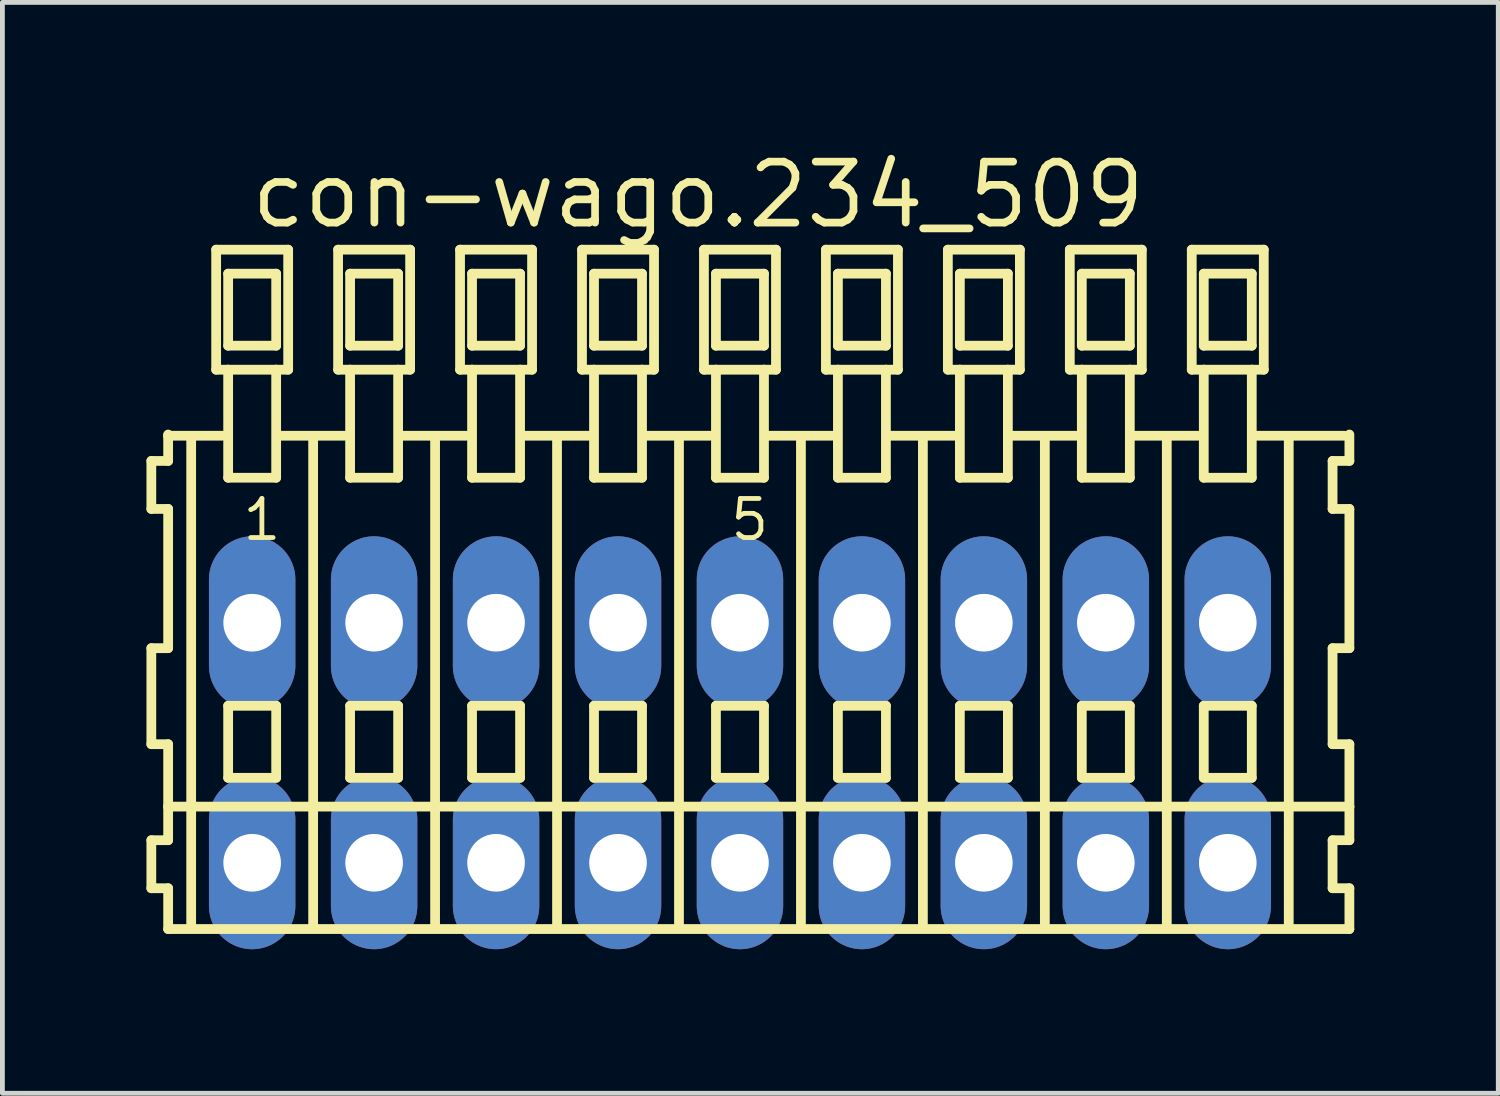
<source format=kicad_pcb>
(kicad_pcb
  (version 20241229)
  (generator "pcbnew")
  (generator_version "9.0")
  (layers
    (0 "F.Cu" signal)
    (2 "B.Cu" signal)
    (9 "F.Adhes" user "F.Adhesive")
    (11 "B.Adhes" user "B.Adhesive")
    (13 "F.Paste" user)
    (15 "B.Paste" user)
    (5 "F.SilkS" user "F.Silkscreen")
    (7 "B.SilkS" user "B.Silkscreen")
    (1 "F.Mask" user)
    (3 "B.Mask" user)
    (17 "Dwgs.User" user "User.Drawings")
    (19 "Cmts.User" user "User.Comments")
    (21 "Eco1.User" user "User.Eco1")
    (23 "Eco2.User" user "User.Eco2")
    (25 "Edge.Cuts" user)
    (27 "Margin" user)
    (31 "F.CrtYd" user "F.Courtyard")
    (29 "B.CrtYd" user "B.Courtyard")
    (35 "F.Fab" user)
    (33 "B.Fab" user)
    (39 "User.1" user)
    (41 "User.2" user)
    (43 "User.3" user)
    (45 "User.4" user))
  (footprint "con-wago.234_509"
    (layer "F.Cu")
    (at 12.362 12.42)
    (property "Reference" "con-wago.234_509" (at -10.26 -10.67 0) (layer "F.SilkS") (effects (font (size 1.27 1.27) (thickness 0.16)) (justify left bottom)))
    (attr through_hole)
    (fp_line (start -12.26 -5.87) (end -12.26 -4.87) (stroke (width 0.203) (type default)) (layer "F.SilkS"))
    (fp_line (start -12.26 -4.87) (end -11.91 -4.87) (stroke (width 0.203) (type default)) (layer "F.SilkS"))
    (fp_line (start -12.26 -1.97) (end -12.26 0.03) (stroke (width 0.203) (type default)) (layer "F.SilkS"))
    (fp_line (start -12.26 0.03) (end -11.91 0.03) (stroke (width 0.203) (type default)) (layer "F.SilkS"))
    (fp_line (start -12.26 2.03) (end -12.26 3.03) (stroke (width 0.203) (type default)) (layer "F.SilkS"))
    (fp_line (start -12.26 3.03) (end -11.91 3.03) (stroke (width 0.203) (type default)) (layer "F.SilkS"))
    (fp_line (start -11.91 -6.42) (end -11.91 -6.395) (stroke (width 0.203) (type default)) (layer "F.SilkS"))
    (fp_line (start -11.91 -6.395) (end -11.91 -5.87) (stroke (width 0.203) (type default)) (layer "F.SilkS"))
    (fp_line (start -11.91 -6.395) (end -10.785 -6.395) (stroke (width 0.203) (type default)) (layer "F.SilkS"))
    (fp_line (start -11.91 -5.87) (end -12.26 -5.87) (stroke (width 0.203) (type default)) (layer "F.SilkS"))
    (fp_line (start -11.91 -4.87) (end -11.91 -1.97) (stroke (width 0.203) (type default)) (layer "F.SilkS"))
    (fp_line (start -11.91 -1.97) (end -12.26 -1.97) (stroke (width 0.203) (type default)) (layer "F.SilkS"))
    (fp_line (start -11.91 0.03) (end -11.91 1.33) (stroke (width 0.203) (type default)) (layer "F.SilkS"))
    (fp_line (start -11.91 1.33) (end -11.91 2.03) (stroke (width 0.203) (type default)) (layer "F.SilkS"))
    (fp_line (start -11.91 1.33) (end 12.693 1.33) (stroke (width 0.203) (type default)) (layer "F.SilkS"))
    (fp_line (start -11.91 2.03) (end -12.26 2.03) (stroke (width 0.203) (type default)) (layer "F.SilkS"))
    (fp_line (start -11.91 3.03) (end -11.91 3.88) (stroke (width 0.203) (type default)) (layer "F.SilkS"))
    (fp_line (start -11.91 3.88) (end 12.693 3.88) (stroke (width 0.203) (type default)) (layer "F.SilkS"))
    (fp_line (start -11.43 3.83) (end -11.43 -6.33) (stroke (width 0.203) (type default)) (layer "F.SilkS"))
    (fp_line (start -10.91 -10.27) (end -10.91 -7.77) (stroke (width 0.203) (type default)) (layer "F.SilkS"))
    (fp_line (start -10.91 -7.77) (end -10.66 -7.77) (stroke (width 0.203) (type default)) (layer "F.SilkS"))
    (fp_line (start -10.66 -9.77) (end -10.66 -8.27) (stroke (width 0.203) (type default)) (layer "F.SilkS"))
    (fp_line (start -10.66 -8.27) (end -9.66 -8.27) (stroke (width 0.203) (type default)) (layer "F.SilkS"))
    (fp_line (start -10.66 -7.77) (end -10.66 -5.52) (stroke (width 0.203) (type default)) (layer "F.SilkS"))
    (fp_line (start -10.66 -7.77) (end -9.66 -7.77) (stroke (width 0.203) (type default)) (layer "F.SilkS"))
    (fp_line (start -10.66 -5.52) (end -9.66 -5.52) (stroke (width 0.203) (type default)) (layer "F.SilkS"))
    (fp_line (start -10.66 -0.77) (end -10.66 0.73) (stroke (width 0.203) (type default)) (layer "F.SilkS"))
    (fp_line (start -10.66 0.73) (end -9.66 0.73) (stroke (width 0.203) (type default)) (layer "F.SilkS"))
    (fp_line (start -9.66 -9.77) (end -10.66 -9.77) (stroke (width 0.203) (type default)) (layer "F.SilkS"))
    (fp_line (start -9.66 -8.27) (end -9.66 -9.77) (stroke (width 0.203) (type default)) (layer "F.SilkS"))
    (fp_line (start -9.66 -7.77) (end -9.41 -7.77) (stroke (width 0.203) (type default)) (layer "F.SilkS"))
    (fp_line (start -9.66 -5.52) (end -9.66 -7.77) (stroke (width 0.203) (type default)) (layer "F.SilkS"))
    (fp_line (start -9.66 -0.77) (end -10.66 -0.77) (stroke (width 0.203) (type default)) (layer "F.SilkS"))
    (fp_line (start -9.66 0.73) (end -9.66 -0.77) (stroke (width 0.203) (type default)) (layer "F.SilkS"))
    (fp_line (start -9.624 -6.395) (end -8.245 -6.395) (stroke (width 0.203) (type default)) (layer "F.SilkS"))
    (fp_line (start -9.41 -10.27) (end -10.91 -10.27) (stroke (width 0.203) (type default)) (layer "F.SilkS"))
    (fp_line (start -9.41 -7.77) (end -9.41 -10.27) (stroke (width 0.203) (type default)) (layer "F.SilkS"))
    (fp_line (start -8.89 3.83) (end -8.89 -6.33) (stroke (width 0.203) (type default)) (layer "F.SilkS"))
    (fp_line (start -8.37 -10.27) (end -8.37 -7.77) (stroke (width 0.203) (type default)) (layer "F.SilkS"))
    (fp_line (start -8.37 -7.77) (end -8.12 -7.77) (stroke (width 0.203) (type default)) (layer "F.SilkS"))
    (fp_line (start -8.12 -9.77) (end -8.12 -8.27) (stroke (width 0.203) (type default)) (layer "F.SilkS"))
    (fp_line (start -8.12 -8.27) (end -7.12 -8.27) (stroke (width 0.203) (type default)) (layer "F.SilkS"))
    (fp_line (start -8.12 -7.77) (end -8.12 -5.52) (stroke (width 0.203) (type default)) (layer "F.SilkS"))
    (fp_line (start -8.12 -7.77) (end -7.12 -7.77) (stroke (width 0.203) (type default)) (layer "F.SilkS"))
    (fp_line (start -8.12 -5.52) (end -7.12 -5.52) (stroke (width 0.203) (type default)) (layer "F.SilkS"))
    (fp_line (start -8.12 -0.77) (end -8.12 0.73) (stroke (width 0.203) (type default)) (layer "F.SilkS"))
    (fp_line (start -8.12 0.73) (end -7.12 0.73) (stroke (width 0.203) (type default)) (layer "F.SilkS"))
    (fp_line (start -7.12 -9.77) (end -8.12 -9.77) (stroke (width 0.203) (type default)) (layer "F.SilkS"))
    (fp_line (start -7.12 -8.27) (end -7.12 -9.77) (stroke (width 0.203) (type default)) (layer "F.SilkS"))
    (fp_line (start -7.12 -7.77) (end -6.87 -7.77) (stroke (width 0.203) (type default)) (layer "F.SilkS"))
    (fp_line (start -7.12 -5.52) (end -7.12 -7.77) (stroke (width 0.203) (type default)) (layer "F.SilkS"))
    (fp_line (start -7.12 -0.77) (end -8.12 -0.77) (stroke (width 0.203) (type default)) (layer "F.SilkS"))
    (fp_line (start -7.12 0.73) (end -7.12 -0.77) (stroke (width 0.203) (type default)) (layer "F.SilkS"))
    (fp_line (start -7.084 -6.395) (end -5.705 -6.395) (stroke (width 0.203) (type default)) (layer "F.SilkS"))
    (fp_line (start -6.87 -10.27) (end -8.37 -10.27) (stroke (width 0.203) (type default)) (layer "F.SilkS"))
    (fp_line (start -6.87 -7.77) (end -6.87 -10.27) (stroke (width 0.203) (type default)) (layer "F.SilkS"))
    (fp_line (start -6.35 3.83) (end -6.35 -6.33) (stroke (width 0.203) (type default)) (layer "F.SilkS"))
    (fp_line (start -5.83 -10.27) (end -5.83 -7.77) (stroke (width 0.203) (type default)) (layer "F.SilkS"))
    (fp_line (start -5.83 -7.77) (end -5.58 -7.77) (stroke (width 0.203) (type default)) (layer "F.SilkS"))
    (fp_line (start -5.58 -9.77) (end -5.58 -8.27) (stroke (width 0.203) (type default)) (layer "F.SilkS"))
    (fp_line (start -5.58 -8.27) (end -4.58 -8.27) (stroke (width 0.203) (type default)) (layer "F.SilkS"))
    (fp_line (start -5.58 -7.77) (end -5.58 -5.52) (stroke (width 0.203) (type default)) (layer "F.SilkS"))
    (fp_line (start -5.58 -7.77) (end -4.58 -7.77) (stroke (width 0.203) (type default)) (layer "F.SilkS"))
    (fp_line (start -5.58 -5.52) (end -4.58 -5.52) (stroke (width 0.203) (type default)) (layer "F.SilkS"))
    (fp_line (start -5.58 -0.77) (end -5.58 0.73) (stroke (width 0.203) (type default)) (layer "F.SilkS"))
    (fp_line (start -5.58 0.73) (end -4.58 0.73) (stroke (width 0.203) (type default)) (layer "F.SilkS"))
    (fp_line (start -4.58 -9.77) (end -5.58 -9.77) (stroke (width 0.203) (type default)) (layer "F.SilkS"))
    (fp_line (start -4.58 -8.27) (end -4.58 -9.77) (stroke (width 0.203) (type default)) (layer "F.SilkS"))
    (fp_line (start -4.58 -7.77) (end -4.33 -7.77) (stroke (width 0.203) (type default)) (layer "F.SilkS"))
    (fp_line (start -4.58 -5.52) (end -4.58 -7.77) (stroke (width 0.203) (type default)) (layer "F.SilkS"))
    (fp_line (start -4.58 -0.77) (end -5.58 -0.77) (stroke (width 0.203) (type default)) (layer "F.SilkS"))
    (fp_line (start -4.58 0.73) (end -4.58 -0.77) (stroke (width 0.203) (type default)) (layer "F.SilkS"))
    (fp_line (start -4.544 -6.395) (end -3.165 -6.395) (stroke (width 0.203) (type default)) (layer "F.SilkS"))
    (fp_line (start -4.33 -10.27) (end -5.83 -10.27) (stroke (width 0.203) (type default)) (layer "F.SilkS"))
    (fp_line (start -4.33 -7.77) (end -4.33 -10.27) (stroke (width 0.203) (type default)) (layer "F.SilkS"))
    (fp_line (start -3.81 3.83) (end -3.81 -6.33) (stroke (width 0.203) (type default)) (layer "F.SilkS"))
    (fp_line (start -3.29 -10.27) (end -3.29 -7.77) (stroke (width 0.203) (type default)) (layer "F.SilkS"))
    (fp_line (start -3.29 -7.77) (end -3.04 -7.77) (stroke (width 0.203) (type default)) (layer "F.SilkS"))
    (fp_line (start -3.04 -9.77) (end -3.04 -8.27) (stroke (width 0.203) (type default)) (layer "F.SilkS"))
    (fp_line (start -3.04 -8.27) (end -2.04 -8.27) (stroke (width 0.203) (type default)) (layer "F.SilkS"))
    (fp_line (start -3.04 -7.77) (end -3.04 -5.52) (stroke (width 0.203) (type default)) (layer "F.SilkS"))
    (fp_line (start -3.04 -7.77) (end -2.04 -7.77) (stroke (width 0.203) (type default)) (layer "F.SilkS"))
    (fp_line (start -3.04 -5.52) (end -2.04 -5.52) (stroke (width 0.203) (type default)) (layer "F.SilkS"))
    (fp_line (start -3.04 -0.77) (end -3.04 0.73) (stroke (width 0.203) (type default)) (layer "F.SilkS"))
    (fp_line (start -3.04 0.73) (end -2.04 0.73) (stroke (width 0.203) (type default)) (layer "F.SilkS"))
    (fp_line (start -2.04 -9.77) (end -3.04 -9.77) (stroke (width 0.203) (type default)) (layer "F.SilkS"))
    (fp_line (start -2.04 -8.27) (end -2.04 -9.77) (stroke (width 0.203) (type default)) (layer "F.SilkS"))
    (fp_line (start -2.04 -7.77) (end -1.79 -7.77) (stroke (width 0.203) (type default)) (layer "F.SilkS"))
    (fp_line (start -2.04 -5.52) (end -2.04 -7.77) (stroke (width 0.203) (type default)) (layer "F.SilkS"))
    (fp_line (start -2.04 -0.77) (end -3.04 -0.77) (stroke (width 0.203) (type default)) (layer "F.SilkS"))
    (fp_line (start -2.04 0.73) (end -2.04 -0.77) (stroke (width 0.203) (type default)) (layer "F.SilkS"))
    (fp_line (start -2.004 -6.395) (end -0.625 -6.395) (stroke (width 0.203) (type default)) (layer "F.SilkS"))
    (fp_line (start -1.79 -10.27) (end -3.29 -10.27) (stroke (width 0.203) (type default)) (layer "F.SilkS"))
    (fp_line (start -1.79 -7.77) (end -1.79 -10.27) (stroke (width 0.203) (type default)) (layer "F.SilkS"))
    (fp_line (start -1.27 3.83) (end -1.27 -6.33) (stroke (width 0.203) (type default)) (layer "F.SilkS"))
    (fp_line (start -0.75 -10.27) (end -0.75 -7.77) (stroke (width 0.203) (type default)) (layer "F.SilkS"))
    (fp_line (start -0.75 -7.77) (end -0.5 -7.77) (stroke (width 0.203) (type default)) (layer "F.SilkS"))
    (fp_line (start -0.5 -9.77) (end -0.5 -8.27) (stroke (width 0.203) (type default)) (layer "F.SilkS"))
    (fp_line (start -0.5 -8.27) (end 0.5 -8.27) (stroke (width 0.203) (type default)) (layer "F.SilkS"))
    (fp_line (start -0.5 -7.77) (end -0.5 -5.52) (stroke (width 0.203) (type default)) (layer "F.SilkS"))
    (fp_line (start -0.5 -7.77) (end 0.5 -7.77) (stroke (width 0.203) (type default)) (layer "F.SilkS"))
    (fp_line (start -0.5 -5.52) (end 0.5 -5.52) (stroke (width 0.203) (type default)) (layer "F.SilkS"))
    (fp_line (start -0.5 -0.77) (end -0.5 0.73) (stroke (width 0.203) (type default)) (layer "F.SilkS"))
    (fp_line (start -0.5 0.73) (end 0.5 0.73) (stroke (width 0.203) (type default)) (layer "F.SilkS"))
    (fp_line (start 0.5 -9.77) (end -0.5 -9.77) (stroke (width 0.203) (type default)) (layer "F.SilkS"))
    (fp_line (start 0.5 -8.27) (end 0.5 -9.77) (stroke (width 0.203) (type default)) (layer "F.SilkS"))
    (fp_line (start 0.5 -7.77) (end 0.75 -7.77) (stroke (width 0.203) (type default)) (layer "F.SilkS"))
    (fp_line (start 0.5 -5.52) (end 0.5 -7.77) (stroke (width 0.203) (type default)) (layer "F.SilkS"))
    (fp_line (start 0.5 -0.77) (end -0.5 -0.77) (stroke (width 0.203) (type default)) (layer "F.SilkS"))
    (fp_line (start 0.5 0.73) (end 0.5 -0.77) (stroke (width 0.203) (type default)) (layer "F.SilkS"))
    (fp_line (start 0.536 -6.395) (end 1.915 -6.395) (stroke (width 0.203) (type default)) (layer "F.SilkS"))
    (fp_line (start 0.75 -10.27) (end -0.75 -10.27) (stroke (width 0.203) (type default)) (layer "F.SilkS"))
    (fp_line (start 0.75 -7.77) (end 0.75 -10.27) (stroke (width 0.203) (type default)) (layer "F.SilkS"))
    (fp_line (start 1.27 3.83) (end 1.27 -6.33) (stroke (width 0.203) (type default)) (layer "F.SilkS"))
    (fp_line (start 1.79 -10.27) (end 1.79 -7.77) (stroke (width 0.203) (type default)) (layer "F.SilkS"))
    (fp_line (start 1.79 -7.77) (end 2.04 -7.77) (stroke (width 0.203) (type default)) (layer "F.SilkS"))
    (fp_line (start 2.04 -9.77) (end 2.04 -8.27) (stroke (width 0.203) (type default)) (layer "F.SilkS"))
    (fp_line (start 2.04 -8.27) (end 3.04 -8.27) (stroke (width 0.203) (type default)) (layer "F.SilkS"))
    (fp_line (start 2.04 -7.77) (end 2.04 -5.52) (stroke (width 0.203) (type default)) (layer "F.SilkS"))
    (fp_line (start 2.04 -7.77) (end 3.04 -7.77) (stroke (width 0.203) (type default)) (layer "F.SilkS"))
    (fp_line (start 2.04 -5.52) (end 3.04 -5.52) (stroke (width 0.203) (type default)) (layer "F.SilkS"))
    (fp_line (start 2.04 -0.77) (end 2.04 0.73) (stroke (width 0.203) (type default)) (layer "F.SilkS"))
    (fp_line (start 2.04 0.73) (end 3.04 0.73) (stroke (width 0.203) (type default)) (layer "F.SilkS"))
    (fp_line (start 3.04 -9.77) (end 2.04 -9.77) (stroke (width 0.203) (type default)) (layer "F.SilkS"))
    (fp_line (start 3.04 -8.27) (end 3.04 -9.77) (stroke (width 0.203) (type default)) (layer "F.SilkS"))
    (fp_line (start 3.04 -7.77) (end 3.29 -7.77) (stroke (width 0.203) (type default)) (layer "F.SilkS"))
    (fp_line (start 3.04 -5.52) (end 3.04 -7.77) (stroke (width 0.203) (type default)) (layer "F.SilkS"))
    (fp_line (start 3.04 -0.77) (end 2.04 -0.77) (stroke (width 0.203) (type default)) (layer "F.SilkS"))
    (fp_line (start 3.04 0.73) (end 3.04 -0.77) (stroke (width 0.203) (type default)) (layer "F.SilkS"))
    (fp_line (start 3.076 -6.395) (end 4.455 -6.395) (stroke (width 0.203) (type default)) (layer "F.SilkS"))
    (fp_line (start 3.29 -10.27) (end 1.79 -10.27) (stroke (width 0.203) (type default)) (layer "F.SilkS"))
    (fp_line (start 3.29 -7.77) (end 3.29 -10.27) (stroke (width 0.203) (type default)) (layer "F.SilkS"))
    (fp_line (start 3.81 3.83) (end 3.81 -6.33) (stroke (width 0.203) (type default)) (layer "F.SilkS"))
    (fp_line (start 4.33 -10.27) (end 4.33 -7.77) (stroke (width 0.203) (type default)) (layer "F.SilkS"))
    (fp_line (start 4.33 -7.77) (end 4.58 -7.77) (stroke (width 0.203) (type default)) (layer "F.SilkS"))
    (fp_line (start 4.58 -9.77) (end 4.58 -8.27) (stroke (width 0.203) (type default)) (layer "F.SilkS"))
    (fp_line (start 4.58 -8.27) (end 5.58 -8.27) (stroke (width 0.203) (type default)) (layer "F.SilkS"))
    (fp_line (start 4.58 -7.77) (end 4.58 -5.52) (stroke (width 0.203) (type default)) (layer "F.SilkS"))
    (fp_line (start 4.58 -7.77) (end 5.58 -7.77) (stroke (width 0.203) (type default)) (layer "F.SilkS"))
    (fp_line (start 4.58 -5.52) (end 5.58 -5.52) (stroke (width 0.203) (type default)) (layer "F.SilkS"))
    (fp_line (start 4.58 -0.77) (end 4.58 0.73) (stroke (width 0.203) (type default)) (layer "F.SilkS"))
    (fp_line (start 4.58 0.73) (end 5.58 0.73) (stroke (width 0.203) (type default)) (layer "F.SilkS"))
    (fp_line (start 5.58 -9.77) (end 4.58 -9.77) (stroke (width 0.203) (type default)) (layer "F.SilkS"))
    (fp_line (start 5.58 -8.27) (end 5.58 -9.77) (stroke (width 0.203) (type default)) (layer "F.SilkS"))
    (fp_line (start 5.58 -7.77) (end 5.83 -7.77) (stroke (width 0.203) (type default)) (layer "F.SilkS"))
    (fp_line (start 5.58 -5.52) (end 5.58 -7.77) (stroke (width 0.203) (type default)) (layer "F.SilkS"))
    (fp_line (start 5.58 -0.77) (end 4.58 -0.77) (stroke (width 0.203) (type default)) (layer "F.SilkS"))
    (fp_line (start 5.58 0.73) (end 5.58 -0.77) (stroke (width 0.203) (type default)) (layer "F.SilkS"))
    (fp_line (start 5.616 -6.395) (end 6.995 -6.395) (stroke (width 0.203) (type default)) (layer "F.SilkS"))
    (fp_line (start 5.83 -10.27) (end 4.33 -10.27) (stroke (width 0.203) (type default)) (layer "F.SilkS"))
    (fp_line (start 5.83 -7.77) (end 5.83 -10.27) (stroke (width 0.203) (type default)) (layer "F.SilkS"))
    (fp_line (start 6.35 3.83) (end 6.35 -6.33) (stroke (width 0.203) (type default)) (layer "F.SilkS"))
    (fp_line (start 6.87 -10.27) (end 6.87 -7.77) (stroke (width 0.203) (type default)) (layer "F.SilkS"))
    (fp_line (start 6.87 -7.77) (end 7.12 -7.77) (stroke (width 0.203) (type default)) (layer "F.SilkS"))
    (fp_line (start 7.12 -9.77) (end 7.12 -8.27) (stroke (width 0.203) (type default)) (layer "F.SilkS"))
    (fp_line (start 7.12 -8.27) (end 8.12 -8.27) (stroke (width 0.203) (type default)) (layer "F.SilkS"))
    (fp_line (start 7.12 -7.77) (end 7.12 -5.52) (stroke (width 0.203) (type default)) (layer "F.SilkS"))
    (fp_line (start 7.12 -7.77) (end 8.12 -7.77) (stroke (width 0.203) (type default)) (layer "F.SilkS"))
    (fp_line (start 7.12 -5.52) (end 8.12 -5.52) (stroke (width 0.203) (type default)) (layer "F.SilkS"))
    (fp_line (start 7.12 -0.77) (end 7.12 0.73) (stroke (width 0.203) (type default)) (layer "F.SilkS"))
    (fp_line (start 7.12 0.73) (end 8.12 0.73) (stroke (width 0.203) (type default)) (layer "F.SilkS"))
    (fp_line (start 8.12 -9.77) (end 7.12 -9.77) (stroke (width 0.203) (type default)) (layer "F.SilkS"))
    (fp_line (start 8.12 -8.27) (end 8.12 -9.77) (stroke (width 0.203) (type default)) (layer "F.SilkS"))
    (fp_line (start 8.12 -7.77) (end 8.37 -7.77) (stroke (width 0.203) (type default)) (layer "F.SilkS"))
    (fp_line (start 8.12 -5.52) (end 8.12 -7.77) (stroke (width 0.203) (type default)) (layer "F.SilkS"))
    (fp_line (start 8.12 -0.77) (end 7.12 -0.77) (stroke (width 0.203) (type default)) (layer "F.SilkS"))
    (fp_line (start 8.12 0.73) (end 8.12 -0.77) (stroke (width 0.203) (type default)) (layer "F.SilkS"))
    (fp_line (start 8.156 -6.395) (end 9.535 -6.395) (stroke (width 0.203) (type default)) (layer "F.SilkS"))
    (fp_line (start 8.37 -10.27) (end 6.87 -10.27) (stroke (width 0.203) (type default)) (layer "F.SilkS"))
    (fp_line (start 8.37 -7.77) (end 8.37 -10.27) (stroke (width 0.203) (type default)) (layer "F.SilkS"))
    (fp_line (start 8.89 3.83) (end 8.89 -6.33) (stroke (width 0.203) (type default)) (layer "F.SilkS"))
    (fp_line (start 9.41 -10.27) (end 9.41 -7.77) (stroke (width 0.203) (type default)) (layer "F.SilkS"))
    (fp_line (start 9.41 -7.77) (end 9.66 -7.77) (stroke (width 0.203) (type default)) (layer "F.SilkS"))
    (fp_line (start 9.66 -9.77) (end 9.66 -8.27) (stroke (width 0.203) (type default)) (layer "F.SilkS"))
    (fp_line (start 9.66 -8.27) (end 10.66 -8.27) (stroke (width 0.203) (type default)) (layer "F.SilkS"))
    (fp_line (start 9.66 -7.77) (end 9.66 -5.52) (stroke (width 0.203) (type default)) (layer "F.SilkS"))
    (fp_line (start 9.66 -7.77) (end 10.66 -7.77) (stroke (width 0.203) (type default)) (layer "F.SilkS"))
    (fp_line (start 9.66 -5.52) (end 10.66 -5.52) (stroke (width 0.203) (type default)) (layer "F.SilkS"))
    (fp_line (start 9.66 -0.77) (end 9.66 0.73) (stroke (width 0.203) (type default)) (layer "F.SilkS"))
    (fp_line (start 9.66 0.73) (end 10.66 0.73) (stroke (width 0.203) (type default)) (layer "F.SilkS"))
    (fp_line (start 10.66 -9.77) (end 9.66 -9.77) (stroke (width 0.203) (type default)) (layer "F.SilkS"))
    (fp_line (start 10.66 -8.27) (end 10.66 -9.77) (stroke (width 0.203) (type default)) (layer "F.SilkS"))
    (fp_line (start 10.66 -7.77) (end 10.91 -7.77) (stroke (width 0.203) (type default)) (layer "F.SilkS"))
    (fp_line (start 10.66 -5.52) (end 10.66 -7.77) (stroke (width 0.203) (type default)) (layer "F.SilkS"))
    (fp_line (start 10.66 -0.77) (end 9.66 -0.77) (stroke (width 0.203) (type default)) (layer "F.SilkS"))
    (fp_line (start 10.66 0.73) (end 10.66 -0.77) (stroke (width 0.203) (type default)) (layer "F.SilkS"))
    (fp_line (start 10.696 -6.395) (end 12.583 -6.395) (stroke (width 0.203) (type default)) (layer "F.SilkS"))
    (fp_line (start 10.91 -10.27) (end 9.41 -10.27) (stroke (width 0.203) (type default)) (layer "F.SilkS"))
    (fp_line (start 10.91 -7.77) (end 10.91 -10.27) (stroke (width 0.203) (type default)) (layer "F.SilkS"))
    (fp_line (start 11.43 3.83) (end 11.43 -6.33) (stroke (width 0.203) (type default)) (layer "F.SilkS"))
    (fp_line (start 12.343 -5.87) (end 12.343 -4.87) (stroke (width 0.203) (type default)) (layer "F.SilkS"))
    (fp_line (start 12.343 -4.87) (end 12.693 -4.87) (stroke (width 0.203) (type default)) (layer "F.SilkS"))
    (fp_line (start 12.343 -1.97) (end 12.343 0.03) (stroke (width 0.203) (type default)) (layer "F.SilkS"))
    (fp_line (start 12.343 0.03) (end 12.693 0.03) (stroke (width 0.203) (type default)) (layer "F.SilkS"))
    (fp_line (start 12.343 2.03) (end 12.343 3.03) (stroke (width 0.203) (type default)) (layer "F.SilkS"))
    (fp_line (start 12.343 3.03) (end 12.693 3.03) (stroke (width 0.203) (type default)) (layer "F.SilkS"))
    (fp_line (start 12.693 -5.87) (end 12.343 -5.87) (stroke (width 0.203) (type default)) (layer "F.SilkS"))
    (fp_line (start 12.693 -5.87) (end 12.693 -6.42) (stroke (width 0.203) (type default)) (layer "F.SilkS"))
    (fp_line (start 12.693 -1.97) (end 12.343 -1.97) (stroke (width 0.203) (type default)) (layer "F.SilkS"))
    (fp_line (start 12.693 -1.97) (end 12.693 -4.87) (stroke (width 0.203) (type default)) (layer "F.SilkS"))
    (fp_line (start 12.693 1.33) (end 12.693 0.03) (stroke (width 0.203) (type default)) (layer "F.SilkS"))
    (fp_line (start 12.693 2.03) (end 12.343 2.03) (stroke (width 0.203) (type default)) (layer "F.SilkS"))
    (fp_line (start 12.693 2.03) (end 12.693 1.33) (stroke (width 0.203) (type default)) (layer "F.SilkS"))
    (fp_line (start 12.693 3.88) (end 12.693 3.03) (stroke (width 0.203) (type default)) (layer "F.SilkS"))
    (fp_text user "5" (at -0.25 -4.17 0) (layer "F.SilkS") (effects (font (size 0.813 0.813) (thickness 0.1)) (justify left bottom)))
    (fp_text user "1" (at -10.41 -4.17 0) (layer "F.SilkS") (effects (font (size 0.813 0.813) (thickness 0.1)) (justify left bottom)))
    (pad "A1" thru_hole oval (at -10.16 -2.5 90) (size 3.6 1.8) (drill 1.2) (layers "*.Cu" "*.Mask"))
    (pad "A2" thru_hole oval (at -7.62 -2.5 90) (size 3.6 1.8) (drill 1.2) (layers "*.Cu" "*.Mask"))
    (pad "A3" thru_hole oval (at -5.08 -2.5 90) (size 3.6 1.8) (drill 1.2) (layers "*.Cu" "*.Mask"))
    (pad "A4" thru_hole oval (at -2.54 -2.5 90) (size 3.6 1.8) (drill 1.2) (layers "*.Cu" "*.Mask"))
    (pad "A5" thru_hole oval (at 0 -2.5 90) (size 3.6 1.8) (drill 1.2) (layers "*.Cu" "*.Mask"))
    (pad "A6" thru_hole oval (at 2.54 -2.5 90) (size 3.6 1.8) (drill 1.2) (layers "*.Cu" "*.Mask"))
    (pad "A7" thru_hole oval (at 5.08 -2.5 90) (size 3.6 1.8) (drill 1.2) (layers "*.Cu" "*.Mask"))
    (pad "A8" thru_hole oval (at 7.62 -2.5 90) (size 3.6 1.8) (drill 1.2) (layers "*.Cu" "*.Mask"))
    (pad "A9" thru_hole oval (at 10.16 -2.5 90) (size 3.6 1.8) (drill 1.2) (layers "*.Cu" "*.Mask"))
    (pad "B1" thru_hole oval (at -10.16 2.5 90) (size 3.6 1.8) (drill 1.2) (layers "*.Cu" "*.Mask"))
    (pad "B2" thru_hole oval (at -7.62 2.5 90) (size 3.6 1.8) (drill 1.2) (layers "*.Cu" "*.Mask"))
    (pad "B3" thru_hole oval (at -5.08 2.5 90) (size 3.6 1.8) (drill 1.2) (layers "*.Cu" "*.Mask"))
    (pad "B4" thru_hole oval (at -2.54 2.5 90) (size 3.6 1.8) (drill 1.2) (layers "*.Cu" "*.Mask"))
    (pad "B5" thru_hole oval (at 0 2.5 90) (size 3.6 1.8) (drill 1.2) (layers "*.Cu" "*.Mask"))
    (pad "B6" thru_hole oval (at 2.54 2.5 90) (size 3.6 1.8) (drill 1.2) (layers "*.Cu" "*.Mask"))
    (pad "B7" thru_hole oval (at 5.08 2.5 90) (size 3.6 1.8) (drill 1.2) (layers "*.Cu" "*.Mask"))
    (pad "B8" thru_hole oval (at 7.62 2.5 90) (size 3.6 1.8) (drill 1.2) (layers "*.Cu" "*.Mask"))
    (pad "B9" thru_hole oval (at 10.16 2.5 90) (size 3.6 1.8) (drill 1.2) (layers "*.Cu" "*.Mask")))
  (gr_rect
    (start -3 -3)
    (end 28.156 19.72)
    (stroke (width 0.1) (type default))
    (fill no)
    (layer "Edge.Cuts")))
</source>
